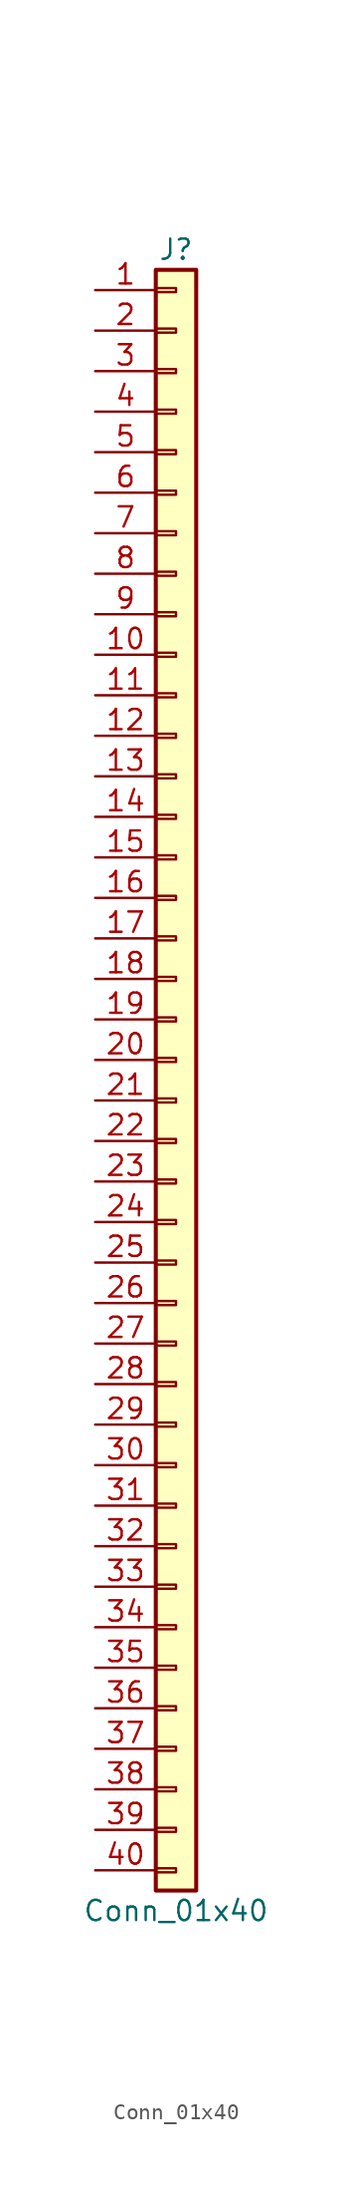
<source format=kicad_sym>
(kicad_symbol_lib
  (version 20201005)
  (generator kicad_symbol_editor)
  (symbol "Conn_01x40"
    (pin_names
      (offset 1.016) hide)
    (property "Reference" "J"
      (at 0 50.8 0)
      (effects (font (size 1.27 1.27))))
    (property "Value" "Conn_01x40"
      (at 0 -53.34 0)
      (effects (font (size 1.27 1.27))))
    (symbol "Conn_01x40_1_1"
      (rectangle (start -1.27 -50.673) (end 0 -50.927) (stroke (width 0.152)) (fill (type none)))
      (rectangle (start -1.27 -48.133) (end 0 -48.387) (stroke (width 0.152)) (fill (type none)))
      (rectangle (start -1.27 -45.593) (end 0 -45.847) (stroke (width 0.152)) (fill (type none)))
      (rectangle (start -1.27 -43.053) (end 0 -43.307) (stroke (width 0.152)) (fill (type none)))
      (rectangle (start -1.27 -40.513) (end 0 -40.767) (stroke (width 0.152)) (fill (type none)))
      (rectangle (start -1.27 -37.973) (end 0 -38.227) (stroke (width 0.152)) (fill (type none)))
      (rectangle (start -1.27 -35.433) (end 0 -35.687) (stroke (width 0.152)) (fill (type none)))
      (rectangle (start -1.27 -32.893) (end 0 -33.147) (stroke (width 0.152)) (fill (type none)))
      (rectangle (start -1.27 -30.353) (end 0 -30.607) (stroke (width 0.152)) (fill (type none)))
      (rectangle (start -1.27 -27.813) (end 0 -28.067) (stroke (width 0.152)) (fill (type none)))
      (rectangle (start -1.27 -25.273) (end 0 -25.527) (stroke (width 0.152)) (fill (type none)))
      (rectangle (start -1.27 -22.733) (end 0 -22.987) (stroke (width 0.152)) (fill (type none)))
      (rectangle (start -1.27 -20.193) (end 0 -20.447) (stroke (width 0.152)) (fill (type none)))
      (rectangle (start -1.27 -17.653) (end 0 -17.907) (stroke (width 0.152)) (fill (type none)))
      (rectangle (start -1.27 -15.113) (end 0 -15.367) (stroke (width 0.152)) (fill (type none)))
      (rectangle (start -1.27 -12.573) (end 0 -12.827) (stroke (width 0.152)) (fill (type none)))
      (rectangle (start -1.27 -10.033) (end 0 -10.287) (stroke (width 0.152)) (fill (type none)))
      (rectangle (start -1.27 -7.493) (end 0 -7.747) (stroke (width 0.152)) (fill (type none)))
      (rectangle (start -1.27 -4.953) (end 0 -5.207) (stroke (width 0.152)) (fill (type none)))
      (rectangle (start -1.27 -2.413) (end 0 -2.667) (stroke (width 0.152)) (fill (type none)))
      (rectangle (start -1.27 0.127) (end 0 -0.127) (stroke (width 0.152)) (fill (type none)))
      (rectangle (start -1.27 2.667) (end 0 2.413) (stroke (width 0.152)) (fill (type none)))
      (rectangle (start -1.27 5.207) (end 0 4.953) (stroke (width 0.152)) (fill (type none)))
      (rectangle (start -1.27 7.747) (end 0 7.493) (stroke (width 0.152)) (fill (type none)))
      (rectangle (start -1.27 10.287) (end 0 10.033) (stroke (width 0.152)) (fill (type none)))
      (rectangle (start -1.27 12.827) (end 0 12.573) (stroke (width 0.152)) (fill (type none)))
      (rectangle (start -1.27 15.367) (end 0 15.113) (stroke (width 0.152)) (fill (type none)))
      (rectangle (start -1.27 17.907) (end 0 17.653) (stroke (width 0.152)) (fill (type none)))
      (rectangle (start -1.27 20.447) (end 0 20.193) (stroke (width 0.152)) (fill (type none)))
      (rectangle (start -1.27 22.987) (end 0 22.733) (stroke (width 0.152)) (fill (type none)))
      (rectangle (start -1.27 25.527) (end 0 25.273) (stroke (width 0.152)) (fill (type none)))
      (rectangle (start -1.27 28.067) (end 0 27.813) (stroke (width 0.152)) (fill (type none)))
      (rectangle (start -1.27 30.607) (end 0 30.353) (stroke (width 0.152)) (fill (type none)))
      (rectangle (start -1.27 33.147) (end 0 32.893) (stroke (width 0.152)) (fill (type none)))
      (rectangle (start -1.27 35.687) (end 0 35.433) (stroke (width 0.152)) (fill (type none)))
      (rectangle (start -1.27 38.227) (end 0 37.973) (stroke (width 0.152)) (fill (type none)))
      (rectangle (start -1.27 40.767) (end 0 40.513) (stroke (width 0.152)) (fill (type none)))
      (rectangle (start -1.27 43.307) (end 0 43.053) (stroke (width 0.152)) (fill (type none)))
      (rectangle (start -1.27 45.847) (end 0 45.593) (stroke (width 0.152)) (fill (type none)))
      (rectangle (start -1.27 48.387) (end 0 48.133) (stroke (width 0.152)) (fill (type none)))
      (rectangle (start -1.27 49.53) (end 1.27 -52.07) (stroke (width 0.254)) (fill (type background)))
      (pin passive line (at -5.08 48.26 0) (length 3.81) (name "Pin_1" (effects (font (size 1.27 1.27)))) (number "1" (effects (font (size 1.27 1.27)))))
      (pin passive line (at -5.08 25.4 0) (length 3.81) (name "Pin_10" (effects (font (size 1.27 1.27)))) (number "10" (effects (font (size 1.27 1.27)))))
      (pin passive line (at -5.08 22.86 0) (length 3.81) (name "Pin_11" (effects (font (size 1.27 1.27)))) (number "11" (effects (font (size 1.27 1.27)))))
      (pin passive line (at -5.08 20.32 0) (length 3.81) (name "Pin_12" (effects (font (size 1.27 1.27)))) (number "12" (effects (font (size 1.27 1.27)))))
      (pin passive line (at -5.08 17.78 0) (length 3.81) (name "Pin_13" (effects (font (size 1.27 1.27)))) (number "13" (effects (font (size 1.27 1.27)))))
      (pin passive line (at -5.08 15.24 0) (length 3.81) (name "Pin_14" (effects (font (size 1.27 1.27)))) (number "14" (effects (font (size 1.27 1.27)))))
      (pin passive line (at -5.08 12.7 0) (length 3.81) (name "Pin_15" (effects (font (size 1.27 1.27)))) (number "15" (effects (font (size 1.27 1.27)))))
      (pin passive line (at -5.08 10.16 0) (length 3.81) (name "Pin_16" (effects (font (size 1.27 1.27)))) (number "16" (effects (font (size 1.27 1.27)))))
      (pin passive line (at -5.08 7.62 0) (length 3.81) (name "Pin_17" (effects (font (size 1.27 1.27)))) (number "17" (effects (font (size 1.27 1.27)))))
      (pin passive line (at -5.08 5.08 0) (length 3.81) (name "Pin_18" (effects (font (size 1.27 1.27)))) (number "18" (effects (font (size 1.27 1.27)))))
      (pin passive line (at -5.08 2.54 0) (length 3.81) (name "Pin_19" (effects (font (size 1.27 1.27)))) (number "19" (effects (font (size 1.27 1.27)))))
      (pin passive line (at -5.08 45.72 0) (length 3.81) (name "Pin_2" (effects (font (size 1.27 1.27)))) (number "2" (effects (font (size 1.27 1.27)))))
      (pin passive line (at -5.08 0 0) (length 3.81) (name "Pin_20" (effects (font (size 1.27 1.27)))) (number "20" (effects (font (size 1.27 1.27)))))
      (pin passive line (at -5.08 -2.54 0) (length 3.81) (name "Pin_21" (effects (font (size 1.27 1.27)))) (number "21" (effects (font (size 1.27 1.27)))))
      (pin passive line (at -5.08 -5.08 0) (length 3.81) (name "Pin_22" (effects (font (size 1.27 1.27)))) (number "22" (effects (font (size 1.27 1.27)))))
      (pin passive line (at -5.08 -7.62 0) (length 3.81) (name "Pin_23" (effects (font (size 1.27 1.27)))) (number "23" (effects (font (size 1.27 1.27)))))
      (pin passive line (at -5.08 -10.16 0) (length 3.81) (name "Pin_24" (effects (font (size 1.27 1.27)))) (number "24" (effects (font (size 1.27 1.27)))))
      (pin passive line (at -5.08 -12.7 0) (length 3.81) (name "Pin_25" (effects (font (size 1.27 1.27)))) (number "25" (effects (font (size 1.27 1.27)))))
      (pin passive line (at -5.08 -15.24 0) (length 3.81) (name "Pin_26" (effects (font (size 1.27 1.27)))) (number "26" (effects (font (size 1.27 1.27)))))
      (pin passive line (at -5.08 -17.78 0) (length 3.81) (name "Pin_27" (effects (font (size 1.27 1.27)))) (number "27" (effects (font (size 1.27 1.27)))))
      (pin passive line (at -5.08 -20.32 0) (length 3.81) (name "Pin_28" (effects (font (size 1.27 1.27)))) (number "28" (effects (font (size 1.27 1.27)))))
      (pin passive line (at -5.08 -22.86 0) (length 3.81) (name "Pin_29" (effects (font (size 1.27 1.27)))) (number "29" (effects (font (size 1.27 1.27)))))
      (pin passive line (at -5.08 43.18 0) (length 3.81) (name "Pin_3" (effects (font (size 1.27 1.27)))) (number "3" (effects (font (size 1.27 1.27)))))
      (pin passive line (at -5.08 -25.4 0) (length 3.81) (name "Pin_30" (effects (font (size 1.27 1.27)))) (number "30" (effects (font (size 1.27 1.27)))))
      (pin passive line (at -5.08 -27.94 0) (length 3.81) (name "Pin_31" (effects (font (size 1.27 1.27)))) (number "31" (effects (font (size 1.27 1.27)))))
      (pin passive line (at -5.08 -30.48 0) (length 3.81) (name "Pin_32" (effects (font (size 1.27 1.27)))) (number "32" (effects (font (size 1.27 1.27)))))
      (pin passive line (at -5.08 -33.02 0) (length 3.81) (name "Pin_33" (effects (font (size 1.27 1.27)))) (number "33" (effects (font (size 1.27 1.27)))))
      (pin passive line (at -5.08 -35.56 0) (length 3.81) (name "Pin_34" (effects (font (size 1.27 1.27)))) (number "34" (effects (font (size 1.27 1.27)))))
      (pin passive line (at -5.08 -38.1 0) (length 3.81) (name "Pin_35" (effects (font (size 1.27 1.27)))) (number "35" (effects (font (size 1.27 1.27)))))
      (pin passive line (at -5.08 -40.64 0) (length 3.81) (name "Pin_36" (effects (font (size 1.27 1.27)))) (number "36" (effects (font (size 1.27 1.27)))))
      (pin passive line (at -5.08 -43.18 0) (length 3.81) (name "Pin_37" (effects (font (size 1.27 1.27)))) (number "37" (effects (font (size 1.27 1.27)))))
      (pin passive line (at -5.08 -45.72 0) (length 3.81) (name "Pin_38" (effects (font (size 1.27 1.27)))) (number "38" (effects (font (size 1.27 1.27)))))
      (pin passive line (at -5.08 -48.26 0) (length 3.81) (name "Pin_39" (effects (font (size 1.27 1.27)))) (number "39" (effects (font (size 1.27 1.27)))))
      (pin passive line (at -5.08 40.64 0) (length 3.81) (name "Pin_4" (effects (font (size 1.27 1.27)))) (number "4" (effects (font (size 1.27 1.27)))))
      (pin passive line (at -5.08 -50.8 0) (length 3.81) (name "Pin_40" (effects (font (size 1.27 1.27)))) (number "40" (effects (font (size 1.27 1.27)))))
      (pin passive line (at -5.08 38.1 0) (length 3.81) (name "Pin_5" (effects (font (size 1.27 1.27)))) (number "5" (effects (font (size 1.27 1.27)))))
      (pin passive line (at -5.08 35.56 0) (length 3.81) (name "Pin_6" (effects (font (size 1.27 1.27)))) (number "6" (effects (font (size 1.27 1.27)))))
      (pin passive line (at -5.08 33.02 0) (length 3.81) (name "Pin_7" (effects (font (size 1.27 1.27)))) (number "7" (effects (font (size 1.27 1.27)))))
      (pin passive line (at -5.08 30.48 0) (length 3.81) (name "Pin_8" (effects (font (size 1.27 1.27)))) (number "8" (effects (font (size 1.27 1.27)))))
      (pin passive line (at -5.08 27.94 0) (length 3.81) (name "Pin_9" (effects (font (size 1.27 1.27)))) (number "9" (effects (font (size 1.27 1.27))))))))
</source>
